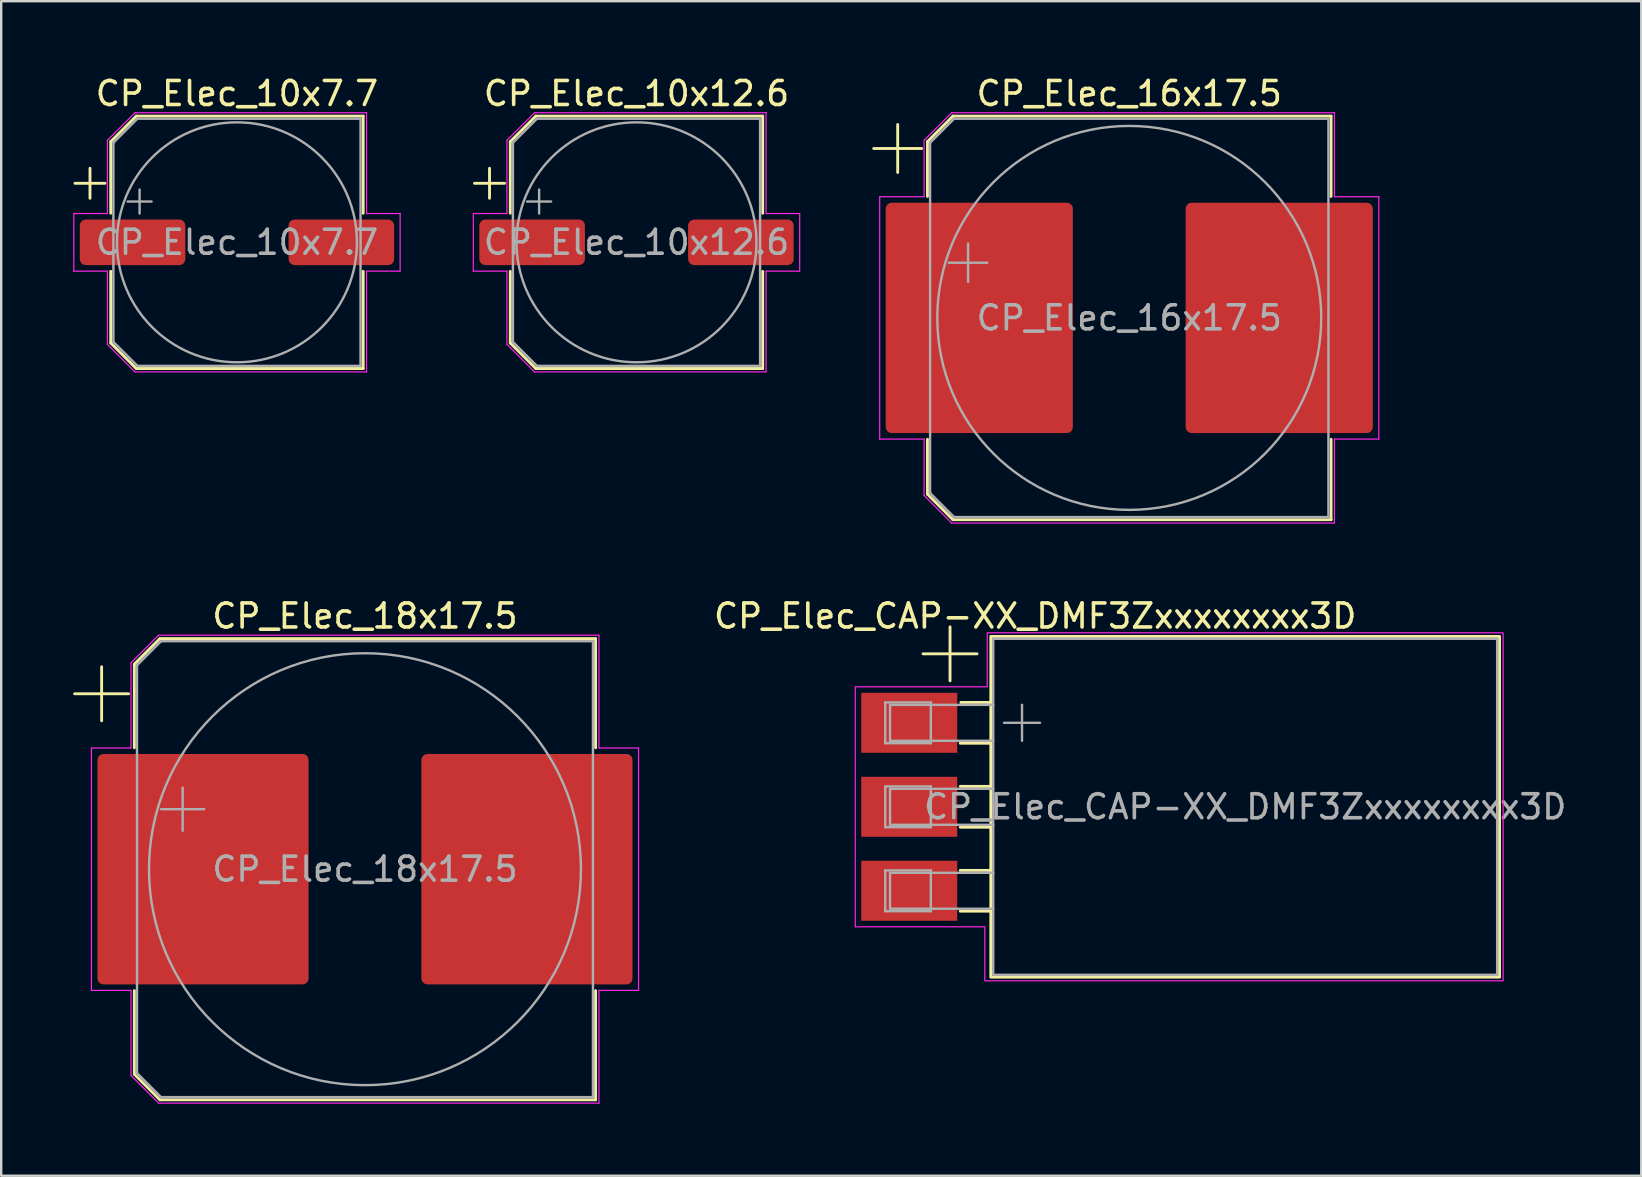
<source format=kicad_pcb>
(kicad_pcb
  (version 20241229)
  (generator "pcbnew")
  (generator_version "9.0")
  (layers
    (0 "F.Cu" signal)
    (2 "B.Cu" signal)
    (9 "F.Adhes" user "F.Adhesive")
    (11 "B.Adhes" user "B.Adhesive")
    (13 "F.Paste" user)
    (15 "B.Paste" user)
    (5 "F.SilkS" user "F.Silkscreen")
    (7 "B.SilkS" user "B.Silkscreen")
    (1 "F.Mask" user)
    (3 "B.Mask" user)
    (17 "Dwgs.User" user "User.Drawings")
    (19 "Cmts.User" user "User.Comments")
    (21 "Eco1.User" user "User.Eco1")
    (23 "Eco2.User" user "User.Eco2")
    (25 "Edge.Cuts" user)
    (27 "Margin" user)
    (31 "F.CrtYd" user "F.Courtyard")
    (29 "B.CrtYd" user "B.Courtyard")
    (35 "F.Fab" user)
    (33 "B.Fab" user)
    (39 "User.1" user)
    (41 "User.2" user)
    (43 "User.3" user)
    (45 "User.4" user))
  (footprint "CP_Elec_16x17.5"
    (layer "F.Cu")
    (at 44.01 10.198)
    (property "Reference" "CP_Elec_16x17.5" (at 0 -9.35 0) (layer "F.SilkS") (effects (font (size 1 1) (thickness 0.15))))
    (attr smd)
    (fp_line (start -10.65 -7.06) (end -8.65 -7.06) (stroke (width 0.12) (type solid)) (layer "F.SilkS"))
    (fp_line (start -9.65 -8.06) (end -9.65 -6.06) (stroke (width 0.12) (type solid)) (layer "F.SilkS"))
    (fp_line (start -8.41 -7.346) (end -8.41 -5.06) (stroke (width 0.12) (type solid)) (layer "F.SilkS"))
    (fp_line (start -8.41 -7.346) (end -7.346 -8.41) (stroke (width 0.12) (type solid)) (layer "F.SilkS"))
    (fp_line (start -8.41 7.346) (end -8.41 5.06) (stroke (width 0.12) (type solid)) (layer "F.SilkS"))
    (fp_line (start -8.41 7.346) (end -7.346 8.41) (stroke (width 0.12) (type solid)) (layer "F.SilkS"))
    (fp_line (start -7.346 -8.41) (end 8.41 -8.41) (stroke (width 0.12) (type solid)) (layer "F.SilkS"))
    (fp_line (start -7.346 8.41) (end 8.41 8.41) (stroke (width 0.12) (type solid)) (layer "F.SilkS"))
    (fp_line (start 8.41 -8.41) (end 8.41 -5.06) (stroke (width 0.12) (type solid)) (layer "F.SilkS"))
    (fp_line (start 8.41 8.41) (end 8.41 5.06) (stroke (width 0.12) (type solid)) (layer "F.SilkS"))
    (fp_line (start -10.4 -5.05) (end -10.4 5.05) (stroke (width 0.05) (type solid)) (layer "F.CrtYd"))
    (fp_line (start -10.4 5.05) (end -8.55 5.05) (stroke (width 0.05) (type solid)) (layer "F.CrtYd"))
    (fp_line (start -8.55 -7.4) (end -8.55 -5.05) (stroke (width 0.05) (type solid)) (layer "F.CrtYd"))
    (fp_line (start -8.55 -7.4) (end -7.4 -8.55) (stroke (width 0.05) (type solid)) (layer "F.CrtYd"))
    (fp_line (start -8.55 -5.05) (end -10.4 -5.05) (stroke (width 0.05) (type solid)) (layer "F.CrtYd"))
    (fp_line (start -8.55 5.05) (end -8.55 7.4) (stroke (width 0.05) (type solid)) (layer "F.CrtYd"))
    (fp_line (start -8.55 7.4) (end -7.4 8.55) (stroke (width 0.05) (type solid)) (layer "F.CrtYd"))
    (fp_line (start -7.4 -8.55) (end 8.55 -8.55) (stroke (width 0.05) (type solid)) (layer "F.CrtYd"))
    (fp_line (start -7.4 8.55) (end 8.55 8.55) (stroke (width 0.05) (type solid)) (layer "F.CrtYd"))
    (fp_line (start 8.55 -8.55) (end 8.55 -5.05) (stroke (width 0.05) (type solid)) (layer "F.CrtYd"))
    (fp_line (start 8.55 -5.05) (end 10.4 -5.05) (stroke (width 0.05) (type solid)) (layer "F.CrtYd"))
    (fp_line (start 8.55 5.05) (end 8.55 8.55) (stroke (width 0.05) (type solid)) (layer "F.CrtYd"))
    (fp_line (start 10.4 -5.05) (end 10.4 5.05) (stroke (width 0.05) (type solid)) (layer "F.CrtYd"))
    (fp_line (start 10.4 5.05) (end 8.55 5.05) (stroke (width 0.05) (type solid)) (layer "F.CrtYd"))
    (fp_line (start -8.3 -7.3) (end -8.3 7.3) (stroke (width 0.1) (type solid)) (layer "F.Fab"))
    (fp_line (start -8.3 -7.3) (end -7.3 -8.3) (stroke (width 0.1) (type solid)) (layer "F.Fab"))
    (fp_line (start -8.3 7.3) (end -7.3 8.3) (stroke (width 0.1) (type solid)) (layer "F.Fab"))
    (fp_line (start -7.517 -2.3) (end -5.917 -2.3) (stroke (width 0.1) (type solid)) (layer "F.Fab"))
    (fp_line (start -7.3 -8.3) (end 8.3 -8.3) (stroke (width 0.1) (type solid)) (layer "F.Fab"))
    (fp_line (start -7.3 8.3) (end 8.3 8.3) (stroke (width 0.1) (type solid)) (layer "F.Fab"))
    (fp_line (start -6.717 -3.1) (end -6.717 -1.5) (stroke (width 0.1) (type solid)) (layer "F.Fab"))
    (fp_line (start 8.3 -8.3) (end 8.3 8.3) (stroke (width 0.1) (type solid)) (layer "F.Fab"))
    (fp_circle (center 0 0) (end 8 0) (stroke (width 0.1) (type solid)) (fill no) (layer "F.Fab"))
    (fp_text user "${REFERENCE}" (at 0 0 0) (layer "F.Fab") (effects (font (size 1 1) (thickness 0.15))))
    (pad "1" smd roundrect (at -6.25 0) (size 7.8 9.6) (layers "F.Cu" "F.Mask" "F.Paste") (roundrect_rratio 0.032))
    (pad "2" smd roundrect (at 6.25 0) (size 7.8 9.6) (layers "F.Cu" "F.Mask" "F.Paste") (roundrect_rratio 0.032)))
  (footprint "CP_Elec_18x17.5"
    (layer "F.Cu")
    (at 12.16 33.172)
    (property "Reference" "CP_Elec_18x17.5" (at 0 -10.55 0) (layer "F.SilkS") (effects (font (size 1 1) (thickness 0.15))))
    (attr smd)
    (fp_line (start -12.1 -7.31) (end -9.85 -7.31) (stroke (width 0.12) (type solid)) (layer "F.SilkS"))
    (fp_line (start -10.975 -8.435) (end -10.975 -6.185) (stroke (width 0.12) (type solid)) (layer "F.SilkS"))
    (fp_line (start -9.61 -8.546) (end -9.61 -5.06) (stroke (width 0.12) (type solid)) (layer "F.SilkS"))
    (fp_line (start -9.61 -8.546) (end -8.546 -9.61) (stroke (width 0.12) (type solid)) (layer "F.SilkS"))
    (fp_line (start -9.61 8.546) (end -9.61 5.06) (stroke (width 0.12) (type solid)) (layer "F.SilkS"))
    (fp_line (start -9.61 8.546) (end -8.546 9.61) (stroke (width 0.12) (type solid)) (layer "F.SilkS"))
    (fp_line (start -8.546 -9.61) (end 9.61 -9.61) (stroke (width 0.12) (type solid)) (layer "F.SilkS"))
    (fp_line (start -8.546 9.61) (end 9.61 9.61) (stroke (width 0.12) (type solid)) (layer "F.SilkS"))
    (fp_line (start 9.61 -9.61) (end 9.61 -5.06) (stroke (width 0.12) (type solid)) (layer "F.SilkS"))
    (fp_line (start 9.61 9.61) (end 9.61 5.06) (stroke (width 0.12) (type solid)) (layer "F.SilkS"))
    (fp_line (start -11.4 -5.05) (end -11.4 5.05) (stroke (width 0.05) (type solid)) (layer "F.CrtYd"))
    (fp_line (start -11.4 5.05) (end -9.75 5.05) (stroke (width 0.05) (type solid)) (layer "F.CrtYd"))
    (fp_line (start -9.75 -8.6) (end -9.75 -5.05) (stroke (width 0.05) (type solid)) (layer "F.CrtYd"))
    (fp_line (start -9.75 -8.6) (end -8.6 -9.75) (stroke (width 0.05) (type solid)) (layer "F.CrtYd"))
    (fp_line (start -9.75 -5.05) (end -11.4 -5.05) (stroke (width 0.05) (type solid)) (layer "F.CrtYd"))
    (fp_line (start -9.75 5.05) (end -9.75 8.6) (stroke (width 0.05) (type solid)) (layer "F.CrtYd"))
    (fp_line (start -9.75 8.6) (end -8.6 9.75) (stroke (width 0.05) (type solid)) (layer "F.CrtYd"))
    (fp_line (start -8.6 -9.75) (end 9.75 -9.75) (stroke (width 0.05) (type solid)) (layer "F.CrtYd"))
    (fp_line (start -8.6 9.75) (end 9.75 9.75) (stroke (width 0.05) (type solid)) (layer "F.CrtYd"))
    (fp_line (start 9.75 -9.75) (end 9.75 -5.05) (stroke (width 0.05) (type solid)) (layer "F.CrtYd"))
    (fp_line (start 9.75 -5.05) (end 11.4 -5.05) (stroke (width 0.05) (type solid)) (layer "F.CrtYd"))
    (fp_line (start 9.75 5.05) (end 9.75 9.75) (stroke (width 0.05) (type solid)) (layer "F.CrtYd"))
    (fp_line (start 11.4 -5.05) (end 11.4 5.05) (stroke (width 0.05) (type solid)) (layer "F.CrtYd"))
    (fp_line (start 11.4 5.05) (end 9.75 5.05) (stroke (width 0.05) (type solid)) (layer "F.CrtYd"))
    (fp_line (start -9.5 -8.5) (end -9.5 8.5) (stroke (width 0.1) (type solid)) (layer "F.Fab"))
    (fp_line (start -9.5 -8.5) (end -8.5 -9.5) (stroke (width 0.1) (type solid)) (layer "F.Fab"))
    (fp_line (start -9.5 8.5) (end -8.5 9.5) (stroke (width 0.1) (type solid)) (layer "F.Fab"))
    (fp_line (start -8.5 -9.5) (end 9.5 -9.5) (stroke (width 0.1) (type solid)) (layer "F.Fab"))
    (fp_line (start -8.5 9.5) (end 9.5 9.5) (stroke (width 0.1) (type solid)) (layer "F.Fab"))
    (fp_line (start -8.499 -2.5) (end -6.699 -2.5) (stroke (width 0.1) (type solid)) (layer "F.Fab"))
    (fp_line (start -7.599 -3.4) (end -7.599 -1.6) (stroke (width 0.1) (type solid)) (layer "F.Fab"))
    (fp_line (start 9.5 -9.5) (end 9.5 9.5) (stroke (width 0.1) (type solid)) (layer "F.Fab"))
    (fp_circle (center 0 0) (end 9 0) (stroke (width 0.1) (type solid)) (fill no) (layer "F.Fab"))
    (fp_text user "${REFERENCE}" (at 0 0 0) (layer "F.Fab") (effects (font (size 1 1) (thickness 0.15))))
    (pad "1" smd roundrect (at -6.75 0) (size 8.8 9.6) (layers "F.Cu" "F.Mask" "F.Paste") (roundrect_rratio 0.028))
    (pad "2" smd roundrect (at 6.75 0) (size 8.8 9.6) (layers "F.Cu" "F.Mask" "F.Paste") (roundrect_rratio 0.028)))
  (footprint "CP_Elec_10x12.6"
    (layer "F.Cu")
    (at 23.475 7.048)
    (property "Reference" "CP_Elec_10x12.6" (at 0 -6.2 0) (layer "F.SilkS") (effects (font (size 1 1) (thickness 0.15))))
    (attr smd)
    (fp_line (start -6.75 -2.46) (end -5.5 -2.46) (stroke (width 0.12) (type solid)) (layer "F.SilkS"))
    (fp_line (start -6.125 -3.085) (end -6.125 -1.835) (stroke (width 0.12) (type solid)) (layer "F.SilkS"))
    (fp_line (start -5.26 -4.196) (end -5.26 -1.21) (stroke (width 0.12) (type solid)) (layer "F.SilkS"))
    (fp_line (start -5.26 -4.196) (end -4.196 -5.26) (stroke (width 0.12) (type solid)) (layer "F.SilkS"))
    (fp_line (start -5.26 4.196) (end -5.26 1.21) (stroke (width 0.12) (type solid)) (layer "F.SilkS"))
    (fp_line (start -5.26 4.196) (end -4.196 5.26) (stroke (width 0.12) (type solid)) (layer "F.SilkS"))
    (fp_line (start -4.196 -5.26) (end 5.26 -5.26) (stroke (width 0.12) (type solid)) (layer "F.SilkS"))
    (fp_line (start -4.196 5.26) (end 5.26 5.26) (stroke (width 0.12) (type solid)) (layer "F.SilkS"))
    (fp_line (start 5.26 -5.26) (end 5.26 -1.21) (stroke (width 0.12) (type solid)) (layer "F.SilkS"))
    (fp_line (start 5.26 5.26) (end 5.26 1.21) (stroke (width 0.12) (type solid)) (layer "F.SilkS"))
    (fp_line (start -6.8 -1.2) (end -6.8 1.2) (stroke (width 0.05) (type solid)) (layer "F.CrtYd"))
    (fp_line (start -6.8 1.2) (end -5.4 1.2) (stroke (width 0.05) (type solid)) (layer "F.CrtYd"))
    (fp_line (start -5.4 -4.25) (end -5.4 -1.2) (stroke (width 0.05) (type solid)) (layer "F.CrtYd"))
    (fp_line (start -5.4 -4.25) (end -4.25 -5.4) (stroke (width 0.05) (type solid)) (layer "F.CrtYd"))
    (fp_line (start -5.4 -1.2) (end -6.8 -1.2) (stroke (width 0.05) (type solid)) (layer "F.CrtYd"))
    (fp_line (start -5.4 1.2) (end -5.4 4.25) (stroke (width 0.05) (type solid)) (layer "F.CrtYd"))
    (fp_line (start -5.4 4.25) (end -4.25 5.4) (stroke (width 0.05) (type solid)) (layer "F.CrtYd"))
    (fp_line (start -4.25 -5.4) (end 5.4 -5.4) (stroke (width 0.05) (type solid)) (layer "F.CrtYd"))
    (fp_line (start -4.25 5.4) (end 5.4 5.4) (stroke (width 0.05) (type solid)) (layer "F.CrtYd"))
    (fp_line (start 5.4 -5.4) (end 5.4 -1.2) (stroke (width 0.05) (type solid)) (layer "F.CrtYd"))
    (fp_line (start 5.4 -1.2) (end 6.8 -1.2) (stroke (width 0.05) (type solid)) (layer "F.CrtYd"))
    (fp_line (start 5.4 1.2) (end 5.4 5.4) (stroke (width 0.05) (type solid)) (layer "F.CrtYd"))
    (fp_line (start 6.8 -1.2) (end 6.8 1.2) (stroke (width 0.05) (type solid)) (layer "F.CrtYd"))
    (fp_line (start 6.8 1.2) (end 5.4 1.2) (stroke (width 0.05) (type solid)) (layer "F.CrtYd"))
    (fp_line (start -5.15 -4.15) (end -5.15 4.15) (stroke (width 0.1) (type solid)) (layer "F.Fab"))
    (fp_line (start -5.15 -4.15) (end -4.15 -5.15) (stroke (width 0.1) (type solid)) (layer "F.Fab"))
    (fp_line (start -5.15 4.15) (end -4.15 5.15) (stroke (width 0.1) (type solid)) (layer "F.Fab"))
    (fp_line (start -4.558 -1.7) (end -3.558 -1.7) (stroke (width 0.1) (type solid)) (layer "F.Fab"))
    (fp_line (start -4.15 -5.15) (end 5.15 -5.15) (stroke (width 0.1) (type solid)) (layer "F.Fab"))
    (fp_line (start -4.15 5.15) (end 5.15 5.15) (stroke (width 0.1) (type solid)) (layer "F.Fab"))
    (fp_line (start -4.058 -2.2) (end -4.058 -1.2) (stroke (width 0.1) (type solid)) (layer "F.Fab"))
    (fp_line (start 5.15 -5.15) (end 5.15 5.15) (stroke (width 0.1) (type solid)) (layer "F.Fab"))
    (fp_circle (center 0 0) (end 5 0) (stroke (width 0.1) (type solid)) (fill no) (layer "F.Fab"))
    (fp_text user "${REFERENCE}" (at 0 0 0) (layer "F.Fab") (effects (font (size 1 1) (thickness 0.15))))
    (pad "1" smd roundrect (at -4.35 0) (size 4.4 1.9) (layers "F.Cu" "F.Mask" "F.Paste") (roundrect_rratio 0.132))
    (pad "2" smd roundrect (at 4.35 0) (size 4.4 1.9) (layers "F.Cu" "F.Mask" "F.Paste") (roundrect_rratio 0.132)))
  (footprint "CP_Elec_10x7.7"
    (layer "F.Cu")
    (at 6.825 7.048)
    (property "Reference" "CP_Elec_10x7.7" (at 0 -6.2 0) (layer "F.SilkS") (effects (font (size 1 1) (thickness 0.15))))
    (attr smd)
    (fp_line (start -6.75 -2.46) (end -5.5 -2.46) (stroke (width 0.12) (type solid)) (layer "F.SilkS"))
    (fp_line (start -6.125 -3.085) (end -6.125 -1.835) (stroke (width 0.12) (type solid)) (layer "F.SilkS"))
    (fp_line (start -5.26 -4.196) (end -5.26 -1.21) (stroke (width 0.12) (type solid)) (layer "F.SilkS"))
    (fp_line (start -5.26 -4.196) (end -4.196 -5.26) (stroke (width 0.12) (type solid)) (layer "F.SilkS"))
    (fp_line (start -5.26 4.196) (end -5.26 1.21) (stroke (width 0.12) (type solid)) (layer "F.SilkS"))
    (fp_line (start -5.26 4.196) (end -4.196 5.26) (stroke (width 0.12) (type solid)) (layer "F.SilkS"))
    (fp_line (start -4.196 -5.26) (end 5.26 -5.26) (stroke (width 0.12) (type solid)) (layer "F.SilkS"))
    (fp_line (start -4.196 5.26) (end 5.26 5.26) (stroke (width 0.12) (type solid)) (layer "F.SilkS"))
    (fp_line (start 5.26 -5.26) (end 5.26 -1.21) (stroke (width 0.12) (type solid)) (layer "F.SilkS"))
    (fp_line (start 5.26 5.26) (end 5.26 1.21) (stroke (width 0.12) (type solid)) (layer "F.SilkS"))
    (fp_line (start -6.8 -1.2) (end -6.8 1.2) (stroke (width 0.05) (type solid)) (layer "F.CrtYd"))
    (fp_line (start -6.8 1.2) (end -5.4 1.2) (stroke (width 0.05) (type solid)) (layer "F.CrtYd"))
    (fp_line (start -5.4 -4.25) (end -5.4 -1.2) (stroke (width 0.05) (type solid)) (layer "F.CrtYd"))
    (fp_line (start -5.4 -4.25) (end -4.25 -5.4) (stroke (width 0.05) (type solid)) (layer "F.CrtYd"))
    (fp_line (start -5.4 -1.2) (end -6.8 -1.2) (stroke (width 0.05) (type solid)) (layer "F.CrtYd"))
    (fp_line (start -5.4 1.2) (end -5.4 4.25) (stroke (width 0.05) (type solid)) (layer "F.CrtYd"))
    (fp_line (start -5.4 4.25) (end -4.25 5.4) (stroke (width 0.05) (type solid)) (layer "F.CrtYd"))
    (fp_line (start -4.25 -5.4) (end 5.4 -5.4) (stroke (width 0.05) (type solid)) (layer "F.CrtYd"))
    (fp_line (start -4.25 5.4) (end 5.4 5.4) (stroke (width 0.05) (type solid)) (layer "F.CrtYd"))
    (fp_line (start 5.4 -5.4) (end 5.4 -1.2) (stroke (width 0.05) (type solid)) (layer "F.CrtYd"))
    (fp_line (start 5.4 -1.2) (end 6.8 -1.2) (stroke (width 0.05) (type solid)) (layer "F.CrtYd"))
    (fp_line (start 5.4 1.2) (end 5.4 5.4) (stroke (width 0.05) (type solid)) (layer "F.CrtYd"))
    (fp_line (start 6.8 -1.2) (end 6.8 1.2) (stroke (width 0.05) (type solid)) (layer "F.CrtYd"))
    (fp_line (start 6.8 1.2) (end 5.4 1.2) (stroke (width 0.05) (type solid)) (layer "F.CrtYd"))
    (fp_line (start -5.15 -4.15) (end -5.15 4.15) (stroke (width 0.1) (type solid)) (layer "F.Fab"))
    (fp_line (start -5.15 -4.15) (end -4.15 -5.15) (stroke (width 0.1) (type solid)) (layer "F.Fab"))
    (fp_line (start -5.15 4.15) (end -4.15 5.15) (stroke (width 0.1) (type solid)) (layer "F.Fab"))
    (fp_line (start -4.558 -1.7) (end -3.558 -1.7) (stroke (width 0.1) (type solid)) (layer "F.Fab"))
    (fp_line (start -4.15 -5.15) (end 5.15 -5.15) (stroke (width 0.1) (type solid)) (layer "F.Fab"))
    (fp_line (start -4.15 5.15) (end 5.15 5.15) (stroke (width 0.1) (type solid)) (layer "F.Fab"))
    (fp_line (start -4.058 -2.2) (end -4.058 -1.2) (stroke (width 0.1) (type solid)) (layer "F.Fab"))
    (fp_line (start 5.15 -5.15) (end 5.15 5.15) (stroke (width 0.1) (type solid)) (layer "F.Fab"))
    (fp_circle (center 0 0) (end 5 0) (stroke (width 0.1) (type solid)) (fill no) (layer "F.Fab"))
    (fp_text user "${REFERENCE}" (at 0 0 0) (layer "F.Fab") (effects (font (size 1 1) (thickness 0.15))))
    (pad "1" smd roundrect (at -4.35 0) (size 4.4 1.9) (layers "F.Cu" "F.Mask" "F.Paste") (roundrect_rratio 0.132))
    (pad "2" smd roundrect (at 4.35 0) (size 4.4 1.9) (layers "F.Cu" "F.Mask" "F.Paste") (roundrect_rratio 0.132)))
  (footprint "CP_Elec_CAP-XX_DMF3Zxxxxxxxx3D"
    (layer "F.Cu")
    (at 48.841 30.572)
    (property "Reference" "CP_Elec_CAP-XX_DMF3Zxxxxxxxx3D" (at -8.75 -7.95 0) (layer "F.SilkS") (effects (font (size 1 1) (thickness 0.15))))
    (attr exclude_from_pos_files)
    (fp_line (start -13.425 -6.375) (end -11.175 -6.375) (stroke (width 0.12) (type solid)) (layer "F.SilkS"))
    (fp_line (start -12.3 -7.5) (end -12.3 -5.25) (stroke (width 0.12) (type solid)) (layer "F.SilkS"))
    (fp_line (start -11.875 -2.65) (end -10.625 -2.65) (stroke (width 0.12) (type solid)) (layer "F.SilkS"))
    (fp_line (start -11.875 -0.85) (end -10.625 -0.85) (stroke (width 0.12) (type solid)) (layer "F.SilkS"))
    (fp_line (start -11.875 0.85) (end -10.625 0.85) (stroke (width 0.12) (type solid)) (layer "F.SilkS"))
    (fp_line (start -11.875 2.65) (end -10.625 2.65) (stroke (width 0.12) (type solid)) (layer "F.SilkS"))
    (fp_line (start -11.875 4.35) (end -10.625 4.35) (stroke (width 0.12) (type solid)) (layer "F.SilkS"))
    (fp_line (start -11.85 -4.35) (end -10.6 -4.35) (stroke (width 0.12) (type solid)) (layer "F.SilkS"))
    (fp_rect (start -10.6 -7.1) (end 10.6 7.1) (stroke (width 0.12) (type solid)) (fill no) (layer "F.SilkS"))
    (fp_poly (pts (xy 10.75 7.25) (xy -10.85 7.25) (xy -10.85 5) (xy -16.25 5) (xy -16.25 -5) (xy -10.75 -5) (xy -10.75 -7.25) (xy 10.75 -7.25)) (stroke (width 0.05) (type solid)) (fill no) (layer "F.CrtYd"))
    (fp_line (start -15 -4.35) (end -15 -2.65) (stroke (width 0.1) (type solid)) (layer "F.Fab"))
    (fp_line (start -15 -2.65) (end -13.1 -2.65) (stroke (width 0.1) (type solid)) (layer "F.Fab"))
    (fp_line (start -15 -0.85) (end -15 0.85) (stroke (width 0.1) (type solid)) (layer "F.Fab"))
    (fp_line (start -15 0.85) (end -13.1 0.85) (stroke (width 0.1) (type solid)) (layer "F.Fab"))
    (fp_line (start -15 2.65) (end -15 4.35) (stroke (width 0.1) (type solid)) (layer "F.Fab"))
    (fp_line (start -15 4.35) (end -13.1 4.35) (stroke (width 0.1) (type solid)) (layer "F.Fab"))
    (fp_line (start -14.801 -4.249) (end -14.801 -2.751) (stroke (width 0.1) (type solid)) (layer "F.Fab"))
    (fp_line (start -14.801 -2.751) (end -10.5 -2.751) (stroke (width 0.1) (type solid)) (layer "F.Fab"))
    (fp_line (start -14.801 -0.749) (end -14.801 0.749) (stroke (width 0.1) (type solid)) (layer "F.Fab"))
    (fp_line (start -14.801 0.749) (end -10.5 0.749) (stroke (width 0.1) (type solid)) (layer "F.Fab"))
    (fp_line (start -14.801 2.751) (end -14.801 4.249) (stroke (width 0.1) (type solid)) (layer "F.Fab"))
    (fp_line (start -14.801 4.249) (end -10.5 4.249) (stroke (width 0.1) (type solid)) (layer "F.Fab"))
    (fp_line (start -13.1 -4.35) (end -15 -4.35) (stroke (width 0.1) (type solid)) (layer "F.Fab"))
    (fp_line (start -13.1 -2.65) (end -13.1 -4.35) (stroke (width 0.1) (type solid)) (layer "F.Fab"))
    (fp_line (start -13.1 -0.85) (end -15 -0.85) (stroke (width 0.1) (type solid)) (layer "F.Fab"))
    (fp_line (start -13.1 0.85) (end -13.1 -0.85) (stroke (width 0.1) (type solid)) (layer "F.Fab"))
    (fp_line (start -13.1 2.65) (end -15 2.65) (stroke (width 0.1) (type solid)) (layer "F.Fab"))
    (fp_line (start -13.1 4.35) (end -13.1 2.65) (stroke (width 0.1) (type solid)) (layer "F.Fab"))
    (fp_line (start -10.5 -4.249) (end -14.801 -4.249) (stroke (width 0.1) (type solid)) (layer "F.Fab"))
    (fp_line (start -10.5 -0.749) (end -14.801 -0.749) (stroke (width 0.1) (type solid)) (layer "F.Fab"))
    (fp_line (start -10.5 2.751) (end -14.801 2.751) (stroke (width 0.1) (type solid)) (layer "F.Fab"))
    (fp_line (start -10.5 -7) (end -10.5 7) (stroke (width 0.1) (type solid)) (layer "F.Fab"))
    (fp_line (start -10.5 7) (end 10.5 7) (stroke (width 0.1) (type solid)) (layer "F.Fab"))
    (fp_line (start -10.05 -3.5) (end -8.55 -3.5) (stroke (width 0.1) (type solid)) (layer "F.Fab"))
    (fp_line (start -9.3 -4.25) (end -9.3 -2.75) (stroke (width 0.1) (type solid)) (layer "F.Fab"))
    (fp_line (start 10.5 -7) (end -10.5 -7) (stroke (width 0.1) (type solid)) (layer "F.Fab"))
    (fp_line (start 10.5 7) (end 10.5 -7) (stroke (width 0.1) (type solid)) (layer "F.Fab"))
    (fp_text user "${REFERENCE}" (at 0 0 0) (unlocked yes) (layer "F.Fab") (effects (font (size 1 1) (thickness 0.15))))
    (pad "1" smd rect (at -14 -3.5 180) (size 4 2.5) (layers "F.Cu" "F.Mask"))
    (pad "2" smd rect (at -14 0 180) (size 4 2.5) (layers "F.Cu" "F.Mask"))
    (pad "3" smd rect (at -14 3.5 180) (size 4 2.5) (layers "F.Cu" "F.Mask")))
  (gr_rect
    (start -3 -3)
    (end 65.347 45.947)
    (stroke (width 0.1) (type default))
    (fill no)
    (layer "Edge.Cuts")))
</source>
